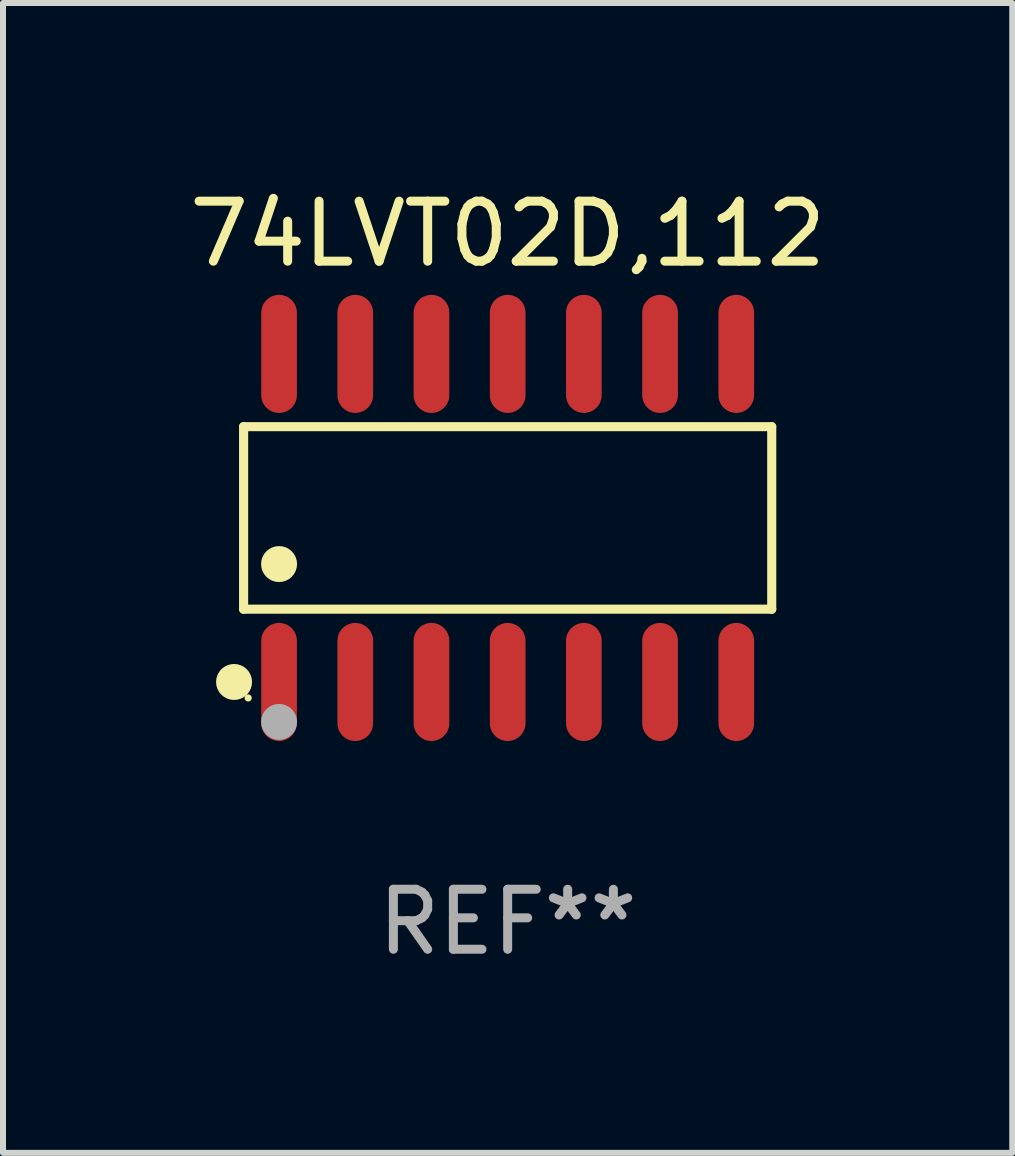
<source format=kicad_pcb>
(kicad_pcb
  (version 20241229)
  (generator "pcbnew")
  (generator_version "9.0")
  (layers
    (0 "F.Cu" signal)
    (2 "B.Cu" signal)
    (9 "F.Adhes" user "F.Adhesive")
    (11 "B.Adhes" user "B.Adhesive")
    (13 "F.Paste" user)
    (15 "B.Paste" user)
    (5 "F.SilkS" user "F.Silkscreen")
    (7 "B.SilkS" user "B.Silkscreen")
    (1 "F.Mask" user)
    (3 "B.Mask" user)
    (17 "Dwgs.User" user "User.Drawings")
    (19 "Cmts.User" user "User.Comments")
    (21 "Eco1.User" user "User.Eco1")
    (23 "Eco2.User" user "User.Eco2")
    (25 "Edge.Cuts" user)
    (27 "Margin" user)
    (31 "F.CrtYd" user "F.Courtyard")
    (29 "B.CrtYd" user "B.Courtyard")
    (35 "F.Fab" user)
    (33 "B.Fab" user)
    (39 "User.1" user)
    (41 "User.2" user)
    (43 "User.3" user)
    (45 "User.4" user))
  (footprint "74LVT02D,112"
    (layer "F.Cu")
    (at 5.411 5.582)
    (property "Reference" "74LVT02D,112" (at 0 -4.734 0) (layer "F.SilkS") (effects (font (size 1 1) (thickness 0.15))))
    (attr through_hole)
    (fp_line (start -4.401 -1.521) (end 4.401 -1.521) (stroke (width 0.152) (type solid)) (layer "F.SilkS"))
    (fp_line (start -4.401 1.521) (end -4.401 -1.521) (stroke (width 0.152) (type solid)) (layer "F.SilkS"))
    (fp_line (start 4.401 -1.521) (end 4.401 1.521) (stroke (width 0.152) (type solid)) (layer "F.SilkS"))
    (fp_line (start 4.401 1.521) (end -4.401 1.521) (stroke (width 0.152) (type solid)) (layer "F.SilkS"))
    (fp_circle (center -4.56 2.734) (end -4.41 2.734) (stroke (width 0.3) (type solid)) (fill no) (layer "F.SilkS"))
    (fp_circle (center -4.325 3) (end -4.295 3) (stroke (width 0.06) (type solid)) (fill no) (layer "F.SilkS"))
    (fp_circle (center -3.81 0.769) (end -3.66 0.769) (stroke (width 0.3) (type solid)) (fill no) (layer "F.SilkS"))
    (fp_circle (center -3.81 3.4) (end -3.66 3.4) (stroke (width 0.3) (type solid)) (fill no) (layer "F.Fab"))
    (fp_text user "REF**" (at 0 6.734 0) (layer "F.Fab") (effects (font (size 1 1) (thickness 0.15))))
    (pad "1" smd oval (at -3.81 2.734) (size 0.595 1.968) (layers "F.Cu" "F.Mask" "F.Paste"))
    (pad "2" smd oval (at -2.54 2.734) (size 0.595 1.968) (layers "F.Cu" "F.Mask" "F.Paste"))
    (pad "3" smd oval (at -1.27 2.734) (size 0.595 1.968) (layers "F.Cu" "F.Mask" "F.Paste"))
    (pad "4" smd oval (at 0 2.734) (size 0.595 1.968) (layers "F.Cu" "F.Mask" "F.Paste"))
    (pad "5" smd oval (at 1.27 2.734) (size 0.595 1.968) (layers "F.Cu" "F.Mask" "F.Paste"))
    (pad "6" smd oval (at 2.54 2.734) (size 0.595 1.968) (layers "F.Cu" "F.Mask" "F.Paste"))
    (pad "7" smd oval (at 3.81 2.734) (size 0.595 1.968) (layers "F.Cu" "F.Mask" "F.Paste"))
    (pad "8" smd oval (at 3.81 -2.734) (size 0.595 1.968) (layers "F.Cu" "F.Mask" "F.Paste"))
    (pad "9" smd oval (at 2.54 -2.734) (size 0.595 1.968) (layers "F.Cu" "F.Mask" "F.Paste"))
    (pad "10" smd oval (at 1.27 -2.734) (size 0.595 1.968) (layers "F.Cu" "F.Mask" "F.Paste"))
    (pad "11" smd oval (at 0 -2.734) (size 0.595 1.968) (layers "F.Cu" "F.Mask" "F.Paste"))
    (pad "12" smd oval (at -1.27 -2.734) (size 0.595 1.968) (layers "F.Cu" "F.Mask" "F.Paste"))
    (pad "13" smd oval (at -2.54 -2.734) (size 0.595 1.968) (layers "F.Cu" "F.Mask" "F.Paste"))
    (pad "14" smd oval (at -3.81 -2.734) (size 0.595 1.968) (layers "F.Cu" "F.Mask" "F.Paste")))
  (gr_rect
    (start -3 -3)
    (end 13.821 16.164)
    (stroke (width 0.1) (type default))
    (fill no)
    (layer "Edge.Cuts")))
</source>
